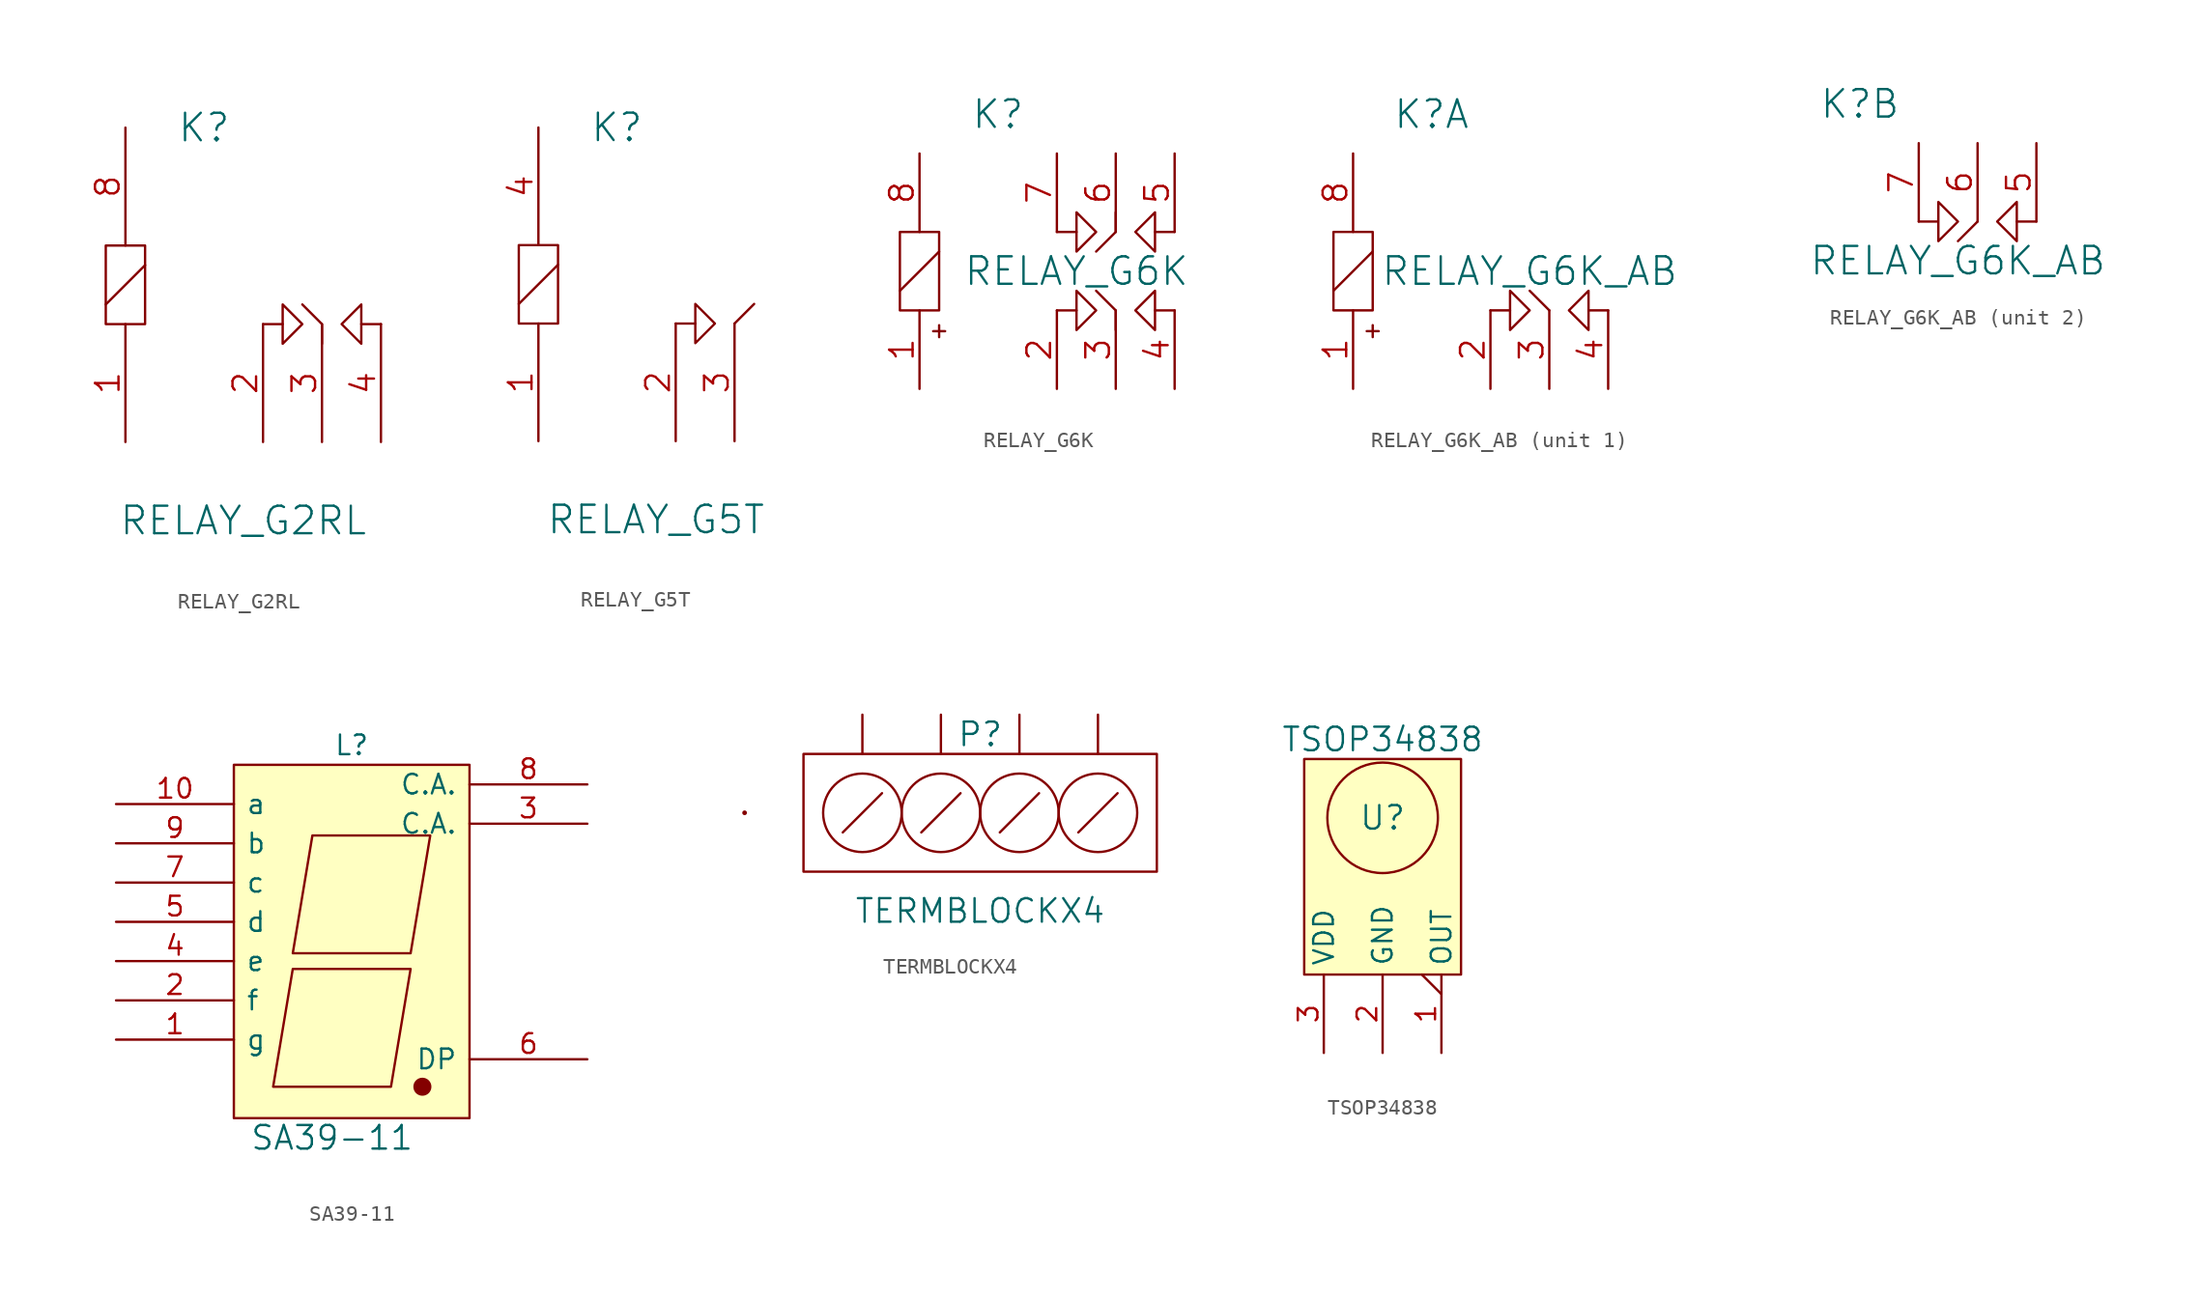
<source format=kicad_sym>
(kicad_symbol_lib
  (version 20231120)
  (generator "kicad_symbol_editor")
  (generator_version "8.0")
  (symbol "RELAY_G2RL"
    (pin_names
      (offset 1.016) hide)
    (property "Reference" "K"
      (at -1.27 10.16 0)
      (effects (font (size 1.778 1.778))))
    (property "Value" "RELAY_G2RL"
      (at 1.27 -15.24 0)
      (effects (font (size 1.778 1.778))))
    (property "Footprint" ""
      (at 0 0 0)
      (effects (font (size 1.524 1.524))))
    (property "Datasheet" ""
      (at 0 0 0)
      (effects (font (size 1.524 1.524))))
    (symbol "RELAY_G2RL_0_1"
      (rectangle (start -7.62 2.54) (end -5.08 -2.54) (stroke (width 0) (type solid)) (fill (type none)))
      (polyline (pts (xy 3.81 -2.54) (xy 2.54 -2.54) (xy 2.54 -2.54)) (stroke (width 0) (type solid)) (fill (type none)))
      (polyline (pts (xy 8.89 -2.54) (xy 10.16 -2.54) (xy 10.16 -2.54)) (stroke (width 0) (type solid)) (fill (type none)))
      (polyline (pts (xy -5.08 1.27) (xy -7.62 -1.27) (xy -7.62 -1.27) (xy -7.62 -1.27)) (stroke (width 0) (type solid)) (fill (type none)))
      (polyline (pts (xy 5.08 -1.27) (xy 6.35 -2.54) (xy 6.35 -3.81) (xy 6.35 -3.81)) (stroke (width 0) (type solid)) (fill (type none)))
      (polyline (pts (xy 3.81 -1.27) (xy 3.81 -3.81) (xy 5.08 -2.54) (xy 3.81 -1.27) (xy 3.81 -1.27)) (stroke (width 0) (type solid)) (fill (type none)))
      (polyline (pts (xy 7.62 -2.54) (xy 8.89 -1.27) (xy 8.89 -3.81) (xy 7.62 -2.54) (xy 7.62 -2.54)) (stroke (width 0) (type solid)) (fill (type none))))
    (symbol "RELAY_G2RL_1_1"
      (pin input line (at -6.35 -10.16 90) (length 7.62) (name "~" (effects (font (size 1.524 1.524)))) (number "1" (effects (font (size 1.524 1.524)))))
      (pin passive line (at 2.54 -10.16 90) (length 7.62) (name "~" (effects (font (size 1.524 1.524)))) (number "2" (effects (font (size 1.524 1.524)))))
      (pin passive line (at 6.35 -10.16 90) (length 7.62) (name "~" (effects (font (size 1.524 1.524)))) (number "3" (effects (font (size 1.524 1.524)))))
      (pin passive line (at 10.16 -10.16 90) (length 7.62) (name "~" (effects (font (size 1.524 1.524)))) (number "4" (effects (font (size 1.524 1.524)))))
      (pin input line (at -6.35 10.16 270) (length 7.62) (name "~" (effects (font (size 1.524 1.524)))) (number "8" (effects (font (size 1.524 1.524)))))))
  (symbol "RELAY_G5T"
    (pin_names
      (offset 1.016) hide)
    (property "Reference" "K"
      (at -1.27 10.16 0)
      (effects (font (size 1.778 1.778))))
    (property "Value" "RELAY_G5T"
      (at 1.27 -15.24 0)
      (effects (font (size 1.778 1.778))))
    (property "Footprint" ""
      (at 0 0 0)
      (effects (font (size 1.524 1.524))))
    (property "Datasheet" ""
      (at 0 0 0)
      (effects (font (size 1.524 1.524))))
    (symbol "RELAY_G5T_0_1"
      (rectangle (start -7.62 2.54) (end -5.08 -2.54) (stroke (width 0) (type solid)) (fill (type none)))
      (polyline (pts (xy 6.35 -2.54) (xy 7.62 -1.27)) (stroke (width 0) (type solid)) (fill (type none)))
      (polyline (pts (xy 3.81 -2.54) (xy 2.54 -2.54) (xy 2.54 -2.54)) (stroke (width 0) (type solid)) (fill (type none)))
      (polyline (pts (xy -5.08 1.27) (xy -7.62 -1.27) (xy -7.62 -1.27) (xy -7.62 -1.27)) (stroke (width 0) (type solid)) (fill (type none)))
      (polyline (pts (xy 3.81 -1.27) (xy 3.81 -3.81) (xy 5.08 -2.54) (xy 3.81 -1.27) (xy 3.81 -1.27)) (stroke (width 0) (type solid)) (fill (type none))))
    (symbol "RELAY_G5T_1_1"
      (pin input line (at -6.35 -10.16 90) (length 7.62) (name "~" (effects (font (size 1.524 1.524)))) (number "1" (effects (font (size 1.524 1.524)))))
      (pin passive line (at 2.54 -10.16 90) (length 7.62) (name "~" (effects (font (size 1.524 1.524)))) (number "2" (effects (font (size 1.524 1.524)))))
      (pin passive line (at 6.35 -10.16 90) (length 7.62) (name "~" (effects (font (size 1.524 1.524)))) (number "3" (effects (font (size 1.524 1.524)))))
      (pin input line (at -6.35 10.16 270) (length 7.62) (name "~" (effects (font (size 1.524 1.524)))) (number "4" (effects (font (size 1.524 1.524)))))))
  (symbol "RELAY_G6K"
    (pin_names
      (offset 1.016) hide)
    (property "Reference" "K"
      (at -1.27 10.16 0)
      (effects (font (size 1.778 1.778))))
    (property "Value" "RELAY_G6K"
      (at 3.81 0 0)
      (effects (font (size 1.778 1.778))))
    (property "Footprint" ""
      (at 0 0 0)
      (effects (font (size 1.524 1.524))))
    (property "Datasheet" ""
      (at 0 0 0)
      (effects (font (size 1.524 1.524))))
    (symbol "RELAY_G6K_0_0"
      (text "+" (at -5.08 -3.81 0) (effects (font (size 1.016 1.016)))))
    (symbol "RELAY_G6K_0_1"
      (rectangle (start -7.62 2.54) (end -5.08 -2.54) (stroke (width 0) (type solid)) (fill (type none)))
      (polyline (pts (xy 3.81 -2.54) (xy 2.54 -2.54) (xy 2.54 -2.54)) (stroke (width 0) (type solid)) (fill (type none)))
      (polyline (pts (xy 3.81 2.54) (xy 2.54 2.54) (xy 2.54 2.54)) (stroke (width 0) (type solid)) (fill (type none)))
      (polyline (pts (xy 8.89 -2.54) (xy 10.16 -2.54) (xy 10.16 -2.54)) (stroke (width 0) (type solid)) (fill (type none)))
      (polyline (pts (xy 8.89 2.54) (xy 10.16 2.54) (xy 10.16 2.54)) (stroke (width 0) (type solid)) (fill (type none)))
      (polyline (pts (xy -5.08 1.27) (xy -7.62 -1.27) (xy -7.62 -1.27) (xy -7.62 -1.27)) (stroke (width 0) (type solid)) (fill (type none)))
      (polyline (pts (xy 5.08 -1.27) (xy 6.35 -2.54) (xy 6.35 -3.81) (xy 6.35 -3.81)) (stroke (width 0) (type solid)) (fill (type none)))
      (polyline (pts (xy 5.08 1.27) (xy 6.35 2.54) (xy 6.35 3.81) (xy 6.35 3.81)) (stroke (width 0) (type solid)) (fill (type none)))
      (polyline (pts (xy 3.81 -1.27) (xy 3.81 -3.81) (xy 5.08 -2.54) (xy 3.81 -1.27) (xy 3.81 -1.27)) (stroke (width 0) (type solid)) (fill (type none)))
      (polyline (pts (xy 3.81 3.81) (xy 3.81 1.27) (xy 5.08 2.54) (xy 3.81 3.81) (xy 3.81 3.81)) (stroke (width 0) (type solid)) (fill (type none)))
      (polyline (pts (xy 7.62 -2.54) (xy 8.89 -1.27) (xy 8.89 -3.81) (xy 7.62 -2.54) (xy 7.62 -2.54)) (stroke (width 0) (type solid)) (fill (type none)))
      (polyline (pts (xy 7.62 2.54) (xy 8.89 3.81) (xy 8.89 1.27) (xy 7.62 2.54) (xy 7.62 2.54)) (stroke (width 0) (type solid)) (fill (type none))))
    (symbol "RELAY_G6K_1_1"
      (pin input line (at -6.35 -7.62 90) (length 5.08) (name "~" (effects (font (size 1.524 1.524)))) (number "1" (effects (font (size 1.524 1.524)))))
      (pin passive line (at 2.54 -7.62 90) (length 5.08) (name "~" (effects (font (size 1.524 1.524)))) (number "2" (effects (font (size 1.524 1.524)))))
      (pin passive line (at 6.35 -7.62 90) (length 5.08) (name "~" (effects (font (size 1.524 1.524)))) (number "3" (effects (font (size 1.524 1.524)))))
      (pin passive line (at 10.16 -7.62 90) (length 5.08) (name "~" (effects (font (size 1.524 1.524)))) (number "4" (effects (font (size 1.524 1.524)))))
      (pin passive line (at 10.16 7.62 270) (length 5.08) (name "~" (effects (font (size 1.524 1.524)))) (number "5" (effects (font (size 1.524 1.524)))))
      (pin passive line (at 6.35 7.62 270) (length 5.08) (name "~" (effects (font (size 1.524 1.524)))) (number "6" (effects (font (size 1.524 1.524)))))
      (pin passive line (at 2.54 7.62 270) (length 5.08) (name "~" (effects (font (size 1.524 1.524)))) (number "7" (effects (font (size 1.524 1.524)))))
      (pin input line (at -6.35 7.62 270) (length 5.08) (name "~" (effects (font (size 1.524 1.524)))) (number "8" (effects (font (size 1.524 1.524)))))))
  (symbol "RELAY_G6K_AB"
    (pin_names
      (offset 1.016) hide)
    (property "Reference" "K"
      (at -1.27 10.16 0)
      (effects (font (size 1.778 1.778))))
    (property "Value" "RELAY_G6K_AB"
      (at 5.08 0 0)
      (effects (font (size 1.778 1.778))))
    (property "Footprint" ""
      (at 0 0 0)
      (effects (font (size 1.524 1.524))))
    (property "Datasheet" ""
      (at 0 0 0)
      (effects (font (size 1.524 1.524))))
    (symbol "RELAY_G6K_AB_1_0"
      (text "+" (at -5.08 -3.81 0) (effects (font (size 1.016 1.016)))))
    (symbol "RELAY_G6K_AB_1_1"
      (rectangle (start -7.62 2.54) (end -5.08 -2.54) (stroke (width 0) (type solid)) (fill (type none)))
      (polyline (pts (xy 2.54 -2.54) (xy 3.81 -2.54)) (stroke (width 0) (type solid)) (fill (type none)))
      (polyline (pts (xy 6.35 -2.54) (xy 5.08 -1.27)) (stroke (width 0) (type solid)) (fill (type none)))
      (polyline (pts (xy -5.08 1.27) (xy -7.62 -1.27) (xy -7.62 -1.27) (xy -7.62 -1.27)) (stroke (width 0) (type solid)) (fill (type none)))
      (polyline (pts (xy 3.81 -1.27) (xy 3.81 -3.81) (xy 5.08 -2.54) (xy 3.81 -1.27) (xy 3.81 -1.27)) (stroke (width 0) (type solid)) (fill (type none)))
      (polyline (pts (xy 10.16 -2.54) (xy 8.89 -2.54) (xy 8.89 -1.27) (xy 7.62 -2.54) (xy 8.89 -3.81) (xy 8.89 -2.54)) (stroke (width 0) (type solid)) (fill (type none)))
      (pin input line (at -6.35 -7.62 90) (length 5.08) (name "~" (effects (font (size 1.524 1.524)))) (number "1" (effects (font (size 1.524 1.524)))))
      (pin passive line (at 2.54 -7.62 90) (length 5.08) (name "~" (effects (font (size 1.524 1.524)))) (number "2" (effects (font (size 1.524 1.524)))))
      (pin passive line (at 6.35 -7.62 90) (length 5.08) (name "~" (effects (font (size 1.524 1.524)))) (number "3" (effects (font (size 1.524 1.524)))))
      (pin passive line (at 10.16 -7.62 90) (length 5.08) (name "~" (effects (font (size 1.524 1.524)))) (number "4" (effects (font (size 1.524 1.524)))))
      (pin input line (at -6.35 7.62 270) (length 5.08) (name "~" (effects (font (size 1.524 1.524)))) (number "8" (effects (font (size 1.524 1.524))))))
    (symbol "RELAY_G6K_AB_2_1"
      (polyline (pts (xy 6.35 2.54) (xy 5.08 1.27)) (stroke (width 0) (type solid)) (fill (type none)))
      (polyline (pts (xy 8.89 2.54) (xy 8.89 3.81) (xy 7.62 2.54) (xy 8.89 1.27) (xy 8.89 2.54)) (stroke (width 0) (type solid)) (fill (type none)))
      (polyline (pts (xy 2.54 2.54) (xy 3.81 2.54) (xy 3.81 1.27) (xy 5.08 2.54) (xy 3.81 3.81) (xy 3.81 2.54)) (stroke (width 0) (type solid)) (fill (type none)))
      (rectangle (start 10.16 2.54) (end 8.89 2.54) (stroke (width 0) (type solid)) (fill (type none)))
      (pin passive line (at 10.16 7.62 270) (length 5.08) (name "~" (effects (font (size 1.524 1.524)))) (number "5" (effects (font (size 1.524 1.524)))))
      (pin passive line (at 6.35 7.62 270) (length 5.08) (name "~" (effects (font (size 1.524 1.524)))) (number "6" (effects (font (size 1.524 1.524)))))
      (pin passive line (at 2.54 7.62 270) (length 5.08) (name "~" (effects (font (size 1.524 1.524)))) (number "7" (effects (font (size 1.524 1.524)))))))
  (symbol "SA39-11"
    (pin_names
      (offset 0.762))
    (property "Reference" "L"
      (at 0 13.97 0)
      (effects (font (size 1.27 1.27))))
    (property "Value" "SA39-11"
      (at -1.27 -11.43 0)
      (effects (font (size 1.524 1.524))))
    (property "Footprint" ""
      (at 0 0 0)
      (effects (font (size 1.524 1.524))))
    (property "Datasheet" ""
      (at 0 0 0)
      (effects (font (size 1.524 1.524))))
    (symbol "SA39-11_0_1"
      (rectangle (start -7.62 12.7) (end 7.62 -10.16) (stroke (width 0) (type solid)) (fill (type background)))
      (polyline (pts (xy -3.81 -0.508) (xy 3.81 -0.508) (xy 2.54 -8.128) (xy -5.08 -8.128) (xy -3.81 -0.508) (xy -3.81 -0.508)) (stroke (width 0) (type solid)) (fill (type none)))
      (polyline (pts (xy -2.54 8.128) (xy 5.08 8.128) (xy 3.81 0.508) (xy -3.81 0.508) (xy -2.54 8.128) (xy -2.54 8.128)) (stroke (width 0) (type solid)) (fill (type none)))
      (circle (center 4.572 -8.128) (radius 0.508) (stroke (width 0) (type solid)) (fill (type outline))))
    (symbol "SA39-11_1_1"
      (pin passive line (at -15.24 -5.08 0) (length 7.62) (name "g" (effects (font (size 1.27 1.27)))) (number "1" (effects (font (size 1.27 1.27)))))
      (pin passive line (at -15.24 10.16 0) (length 7.62) (name "a" (effects (font (size 1.27 1.27)))) (number "10" (effects (font (size 1.27 1.27)))))
      (pin passive line (at -15.24 -2.54 0) (length 7.62) (name "f" (effects (font (size 1.27 1.27)))) (number "2" (effects (font (size 1.27 1.27)))))
      (pin passive line (at 15.24 8.89 180) (length 7.62) (name "C.A." (effects (font (size 1.27 1.27)))) (number "3" (effects (font (size 1.27 1.27)))))
      (pin passive line (at -15.24 0 0) (length 7.62) (name "e" (effects (font (size 1.27 1.27)))) (number "4" (effects (font (size 1.27 1.27)))))
      (pin passive line (at -15.24 2.54 0) (length 7.62) (name "d" (effects (font (size 1.27 1.27)))) (number "5" (effects (font (size 1.27 1.27)))))
      (pin passive line (at 15.24 -6.35 180) (length 7.62) (name "DP" (effects (font (size 1.27 1.27)))) (number "6" (effects (font (size 1.27 1.27)))))
      (pin passive line (at -15.24 5.08 0) (length 7.62) (name "c" (effects (font (size 1.27 1.27)))) (number "7" (effects (font (size 1.27 1.27)))))
      (pin passive line (at 15.24 11.43 180) (length 7.62) (name "C.A." (effects (font (size 1.27 1.27)))) (number "8" (effects (font (size 1.27 1.27)))))
      (pin passive line (at -15.24 7.62 0) (length 7.62) (name "b" (effects (font (size 1.27 1.27)))) (number "9" (effects (font (size 1.27 1.27)))))))
  (symbol "TERMBLOCKX4"
    (pin_numbers hide)
    (pin_names
      (offset 0) hide)
    (property "Reference" "P"
      (at 0 5.08 0)
      (effects (font (size 1.524 1.524))))
    (property "Value" "TERMBLOCKX4"
      (at 0 -6.35 0)
      (effects (font (size 1.524 1.524))))
    (property "Footprint" ""
      (at 0 0 0)
      (effects (font (size 1.524 1.524))))
    (property "Datasheet" ""
      (at 0 0 0)
      (effects (font (size 1.524 1.524))))
    (symbol "TERMBLOCKX4_0_1"
      (circle (center -15.24 0) (radius 0.0001) (stroke (width 0) (type solid)) (fill (type none)))
      (rectangle (start -11.43 3.81) (end 11.43 -3.81) (stroke (width 0) (type solid)) (fill (type none)))
      (circle (center -7.62 0) (radius 2.54) (stroke (width 0) (type solid)) (fill (type none)))
      (circle (center -2.54 0) (radius 2.54) (stroke (width 0) (type solid)) (fill (type none)))
      (polyline (pts (xy -8.89 -1.27) (xy -6.35 1.27)) (stroke (width 0) (type solid)) (fill (type none)))
      (polyline (pts (xy -3.81 -1.27) (xy -1.27 1.27)) (stroke (width 0) (type solid)) (fill (type none)))
      (polyline (pts (xy 1.27 -1.27) (xy 3.81 1.27)) (stroke (width 0) (type solid)) (fill (type none)))
      (polyline (pts (xy 6.35 -1.27) (xy 8.89 1.27)) (stroke (width 0) (type solid)) (fill (type none)))
      (circle (center 2.54 0) (radius 2.54) (stroke (width 0) (type solid)) (fill (type none)))
      (circle (center 7.62 0) (radius 2.54) (stroke (width 0) (type solid)) (fill (type none))))
    (symbol "TERMBLOCKX4_1_1"
      (pin input line (at -7.62 6.35 270) (length 2.54) (name "1" (effects (font (size 1.27 1.27)))) (number "1" (effects (font (size 1.27 1.27)))))
      (pin input line (at -2.54 6.35 270) (length 2.54) (name "2" (effects (font (size 1.27 1.27)))) (number "2" (effects (font (size 1.27 1.27)))))
      (pin input line (at 2.54 6.35 270) (length 2.54) (name "3" (effects (font (size 1.27 1.27)))) (number "3" (effects (font (size 1.27 1.27)))))
      (pin input line (at 7.62 6.35 270) (length 2.54) (name "4" (effects (font (size 1.27 1.27)))) (number "4" (effects (font (size 1.27 1.27)))))))
  (symbol "TSOP34838"
    (property "Reference" "U"
      (at 0 0 0)
      (effects (font (size 1.524 1.524))))
    (property "Value" "TSOP34838"
      (at 0 5.08 0)
      (effects (font (size 1.524 1.524))))
    (property "Footprint" ""
      (at 0 0 0)
      (effects (font (size 1.524 1.524))))
    (property "Datasheet" ""
      (at 0 0 0)
      (effects (font (size 1.524 1.524))))
    (symbol "TSOP34838_0_1"
      (rectangle (start -5.08 -10.16) (end 5.08 3.81) (stroke (width 0) (type solid)) (fill (type background)))
      (circle (center 0 0) (radius 3.581) (stroke (width 0) (type solid)) (fill (type none))))
    (symbol "TSOP34838_1_1"
      (pin output output_low (at 3.81 -15.24 90) (length 5.08) (name "OUT" (effects (font (size 1.27 1.27)))) (number "1" (effects (font (size 1.27 1.27)))))
      (pin power_in line (at 0 -15.24 90) (length 5.08) (name "GND" (effects (font (size 1.27 1.27)))) (number "2" (effects (font (size 1.27 1.27)))))
      (pin power_in line (at -3.81 -15.24 90) (length 5.08) (name "VDD" (effects (font (size 1.27 1.27)))) (number "3" (effects (font (size 1.27 1.27))))))))
</source>
